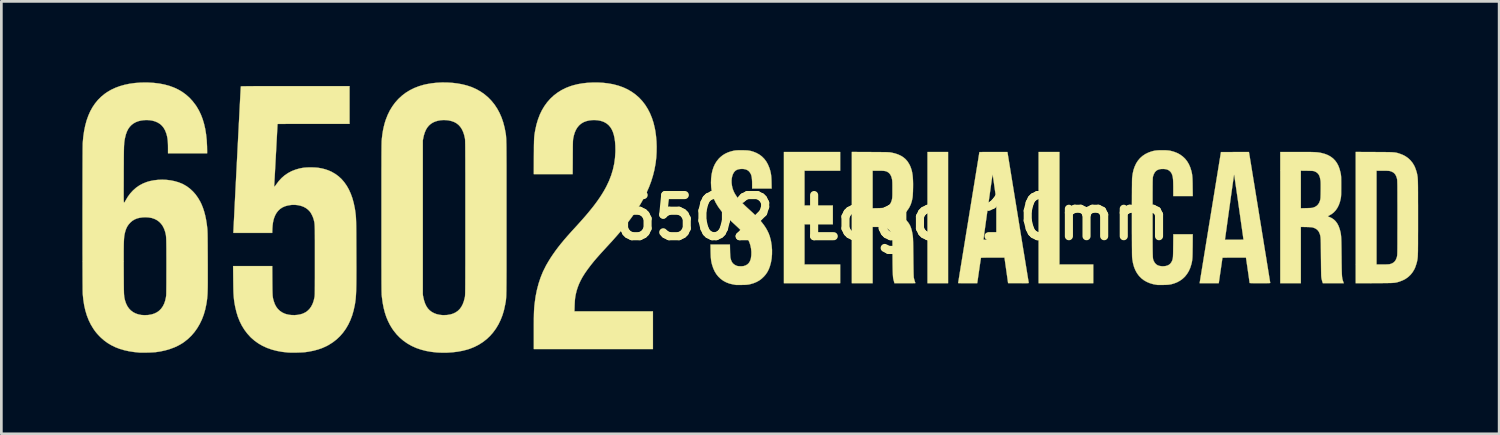
<source format=kicad_pcb>
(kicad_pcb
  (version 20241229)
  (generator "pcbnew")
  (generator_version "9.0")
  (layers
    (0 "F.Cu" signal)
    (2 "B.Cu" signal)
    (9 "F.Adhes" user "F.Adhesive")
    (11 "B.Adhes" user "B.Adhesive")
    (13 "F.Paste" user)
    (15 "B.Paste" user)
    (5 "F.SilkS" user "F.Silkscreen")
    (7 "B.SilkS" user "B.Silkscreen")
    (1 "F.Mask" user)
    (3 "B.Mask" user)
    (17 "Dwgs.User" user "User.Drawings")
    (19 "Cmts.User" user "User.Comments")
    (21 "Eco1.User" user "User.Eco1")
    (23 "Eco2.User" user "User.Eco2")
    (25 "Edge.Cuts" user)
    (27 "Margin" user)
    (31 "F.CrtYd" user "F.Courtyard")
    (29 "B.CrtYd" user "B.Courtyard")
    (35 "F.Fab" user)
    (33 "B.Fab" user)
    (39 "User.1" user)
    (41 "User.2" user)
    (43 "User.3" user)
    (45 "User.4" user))
  (footprint "6502 Logo 10mm"
    (layer "F.Cu")
    (at 30.003 5.008)
    (property "Reference" "6502 Logo 10mm" (at 0 0 0) (layer "F.SilkS") (effects (font (size 1.524 1.524) (thickness 0.3))))
    (attr through_hole)
    (fp_poly (pts (xy 2.057 2.43) (xy 1.295 2.43) (xy 1.295 -2.43) (xy 2.057 -2.43) (xy 2.057 2.43)) (stroke (width 0.01) (type solid)) (fill yes) (layer "F.SilkS"))
    (fp_poly (pts (xy 6.181 1.736) (xy 7.434 1.736) (xy 7.434 2.43) (xy 5.41 2.43) (xy 5.41 -2.43) (xy 6.181 -2.43) (xy 6.181 1.736)) (stroke (width 0.01) (type solid)) (fill yes) (layer "F.SilkS"))
    (fp_poly (pts (xy -1.939 -1.736) (xy -3.26 -1.736) (xy -3.26 -0.449) (xy -2.21 -0.449) (xy -2.21 0.246) (xy -3.26 0.246) (xy -3.26 1.736) (xy -1.939 1.736) (xy -1.939 2.43) (xy -4.022 2.43) (xy -4.022 -2.43) (xy -1.939 -2.43) (xy -1.939 -1.736)) (stroke (width 0.01) (type solid)) (fill yes) (layer "F.SilkS"))
    (fp_poly (pts (xy 4.648 -0.015) (xy 4.68 0.185) (xy 4.712 0.381) (xy 4.743 0.572) (xy 4.773 0.757) (xy 4.802 0.936) (xy 4.83 1.108) (xy 4.857 1.272) (xy 4.883 1.428) (xy 4.907 1.575) (xy 4.929 1.713) (xy 4.95 1.84) (xy 4.969 1.956) (xy 4.986 2.061) (xy 5.001 2.154) (xy 5.014 2.233) (xy 5.025 2.3) (xy 5.034 2.351) (xy 5.04 2.388) (xy 5.043 2.41) (xy 5.044 2.415) (xy 5.044 2.419) (xy 5.042 2.422) (xy 5.035 2.424) (xy 5.023 2.426) (xy 5.004 2.427) (xy 4.977 2.428) (xy 4.94 2.429) (xy 4.892 2.429) (xy 4.831 2.429) (xy 4.756 2.428) (xy 4.665 2.428) (xy 4.664 2.428) (xy 4.28 2.426) (xy 4.213 1.954) (xy 4.146 1.482) (xy 3.712 1.482) (xy 3.611 1.482) (xy 3.526 1.482) (xy 3.455 1.483) (xy 3.398 1.483) (xy 3.353 1.484) (xy 3.319 1.486) (xy 3.296 1.487) (xy 3.282 1.489) (xy 3.275 1.491) (xy 3.275 1.492) (xy 3.273 1.502) (xy 3.269 1.528) (xy 3.263 1.567) (xy 3.255 1.618) (xy 3.246 1.68) (xy 3.235 1.75) (xy 3.224 1.828) (xy 3.212 1.912) (xy 3.204 1.966) (xy 3.137 2.43) (xy 2.783 2.43) (xy 2.708 2.43) (xy 2.638 2.429) (xy 2.575 2.429) (xy 2.521 2.428) (xy 2.479 2.427) (xy 2.448 2.426) (xy 2.432 2.425) (xy 2.43 2.424) (xy 2.431 2.416) (xy 2.435 2.391) (xy 2.442 2.351) (xy 2.451 2.296) (xy 2.462 2.227) (xy 2.475 2.144) (xy 2.49 2.049) (xy 2.508 1.942) (xy 2.527 1.823) (xy 2.548 1.694) (xy 2.571 1.554) (xy 2.595 1.405) (xy 2.621 1.247) (xy 2.648 1.081) (xy 2.676 0.908) (xy 2.69 0.821) (xy 3.37 0.821) (xy 4.053 0.821) (xy 4.034 0.688) (xy 4.023 0.609) (xy 4.011 0.521) (xy 3.997 0.424) (xy 3.982 0.319) (xy 3.967 0.208) (xy 3.95 0.093) (xy 3.934 -0.027) (xy 3.916 -0.15) (xy 3.899 -0.274) (xy 3.881 -0.399) (xy 3.863 -0.523) (xy 3.846 -0.646) (xy 3.829 -0.766) (xy 3.812 -0.882) (xy 3.796 -0.993) (xy 3.781 -1.098) (xy 3.767 -1.196) (xy 3.755 -1.285) (xy 3.743 -1.365) (xy 3.733 -1.434) (xy 3.725 -1.491) (xy 3.718 -1.536) (xy 3.714 -1.566) (xy 3.712 -1.581) (xy 3.711 -1.583) (xy 3.704 -1.582) (xy 3.703 -1.581) (xy 3.701 -1.572) (xy 3.697 -1.547) (xy 3.691 -1.509) (xy 3.684 -1.456) (xy 3.674 -1.392) (xy 3.664 -1.317) (xy 3.651 -1.231) (xy 3.638 -1.138) (xy 3.624 -1.036) (xy 3.608 -0.928) (xy 3.593 -0.815) (xy 3.576 -0.698) (xy 3.559 -0.578) (xy 3.542 -0.456) (xy 3.525 -0.333) (xy 3.508 -0.211) (xy 3.491 -0.091) (xy 3.475 0.026) (xy 3.459 0.14) (xy 3.444 0.248) (xy 3.43 0.35) (xy 3.417 0.445) (xy 3.405 0.531) (xy 3.395 0.607) (xy 3.386 0.673) (xy 3.379 0.726) (xy 3.374 0.766) (xy 3.371 0.792) (xy 3.37 0.802) (xy 3.37 0.821) (xy 2.69 0.821) (xy 2.705 0.728) (xy 2.735 0.541) (xy 2.767 0.349) (xy 2.799 0.153) (xy 2.824 -0.001) (xy 2.856 -0.201) (xy 2.888 -0.396) (xy 2.919 -0.587) (xy 2.949 -0.772) (xy 2.978 -0.951) (xy 3.006 -1.122) (xy 3.033 -1.286) (xy 3.058 -1.442) (xy 3.082 -1.589) (xy 3.104 -1.726) (xy 3.125 -1.853) (xy 3.144 -1.969) (xy 3.161 -2.074) (xy 3.176 -2.166) (xy 3.188 -2.245) (xy 3.199 -2.311) (xy 3.207 -2.362) (xy 3.213 -2.399) (xy 3.217 -2.42) (xy 3.217 -2.425) (xy 3.226 -2.426) (xy 3.249 -2.427) (xy 3.287 -2.427) (xy 3.337 -2.428) (xy 3.399 -2.429) (xy 3.47 -2.429) (xy 3.549 -2.43) (xy 3.636 -2.43) (xy 3.727 -2.43) (xy 3.736 -2.43) (xy 4.255 -2.43) (xy 4.648 -0.015)) (stroke (width 0.01) (type solid)) (fill yes) (layer "F.SilkS"))
    (fp_poly (pts (xy 17.85 -2.428) (xy 17.979 -2.427) (xy 18.093 -2.426) (xy 18.192 -2.426) (xy 18.278 -2.425) (xy 18.353 -2.424) (xy 18.416 -2.423) (xy 18.471 -2.421) (xy 18.517 -2.419) (xy 18.557 -2.416) (xy 18.591 -2.413) (xy 18.621 -2.409) (xy 18.648 -2.405) (xy 18.673 -2.399) (xy 18.698 -2.393) (xy 18.723 -2.385) (xy 18.751 -2.377) (xy 18.771 -2.371) (xy 18.892 -2.325) (xy 19.002 -2.267) (xy 19.1 -2.197) (xy 19.187 -2.114) (xy 19.263 -2.019) (xy 19.326 -1.912) (xy 19.327 -1.909) (xy 19.347 -1.865) (xy 19.368 -1.81) (xy 19.389 -1.749) (xy 19.408 -1.689) (xy 19.422 -1.635) (xy 19.426 -1.617) (xy 19.43 -1.595) (xy 19.434 -1.574) (xy 19.438 -1.554) (xy 19.441 -1.533) (xy 19.444 -1.511) (xy 19.447 -1.487) (xy 19.449 -1.459) (xy 19.451 -1.428) (xy 19.453 -1.392) (xy 19.455 -1.351) (xy 19.456 -1.303) (xy 19.457 -1.248) (xy 19.458 -1.186) (xy 19.459 -1.114) (xy 19.459 -1.032) (xy 19.46 -0.941) (xy 19.46 -0.837) (xy 19.46 -0.722) (xy 19.46 -0.593) (xy 19.461 -0.451) (xy 19.461 -0.294) (xy 19.461 -0.121) (xy 19.461 0) (xy 19.461 0.183) (xy 19.461 0.35) (xy 19.461 0.502) (xy 19.46 0.64) (xy 19.46 0.764) (xy 19.46 0.875) (xy 19.46 0.974) (xy 19.459 1.062) (xy 19.458 1.14) (xy 19.458 1.209) (xy 19.457 1.269) (xy 19.455 1.321) (xy 19.454 1.366) (xy 19.452 1.405) (xy 19.451 1.44) (xy 19.448 1.469) (xy 19.446 1.495) (xy 19.443 1.519) (xy 19.44 1.541) (xy 19.437 1.561) (xy 19.433 1.582) (xy 19.429 1.603) (xy 19.426 1.617) (xy 19.414 1.668) (xy 19.396 1.727) (xy 19.376 1.788) (xy 19.355 1.846) (xy 19.334 1.895) (xy 19.327 1.909) (xy 19.264 2.016) (xy 19.189 2.112) (xy 19.102 2.195) (xy 19.004 2.266) (xy 18.894 2.324) (xy 18.774 2.37) (xy 18.771 2.371) (xy 18.741 2.38) (xy 18.714 2.388) (xy 18.689 2.395) (xy 18.664 2.401) (xy 18.638 2.406) (xy 18.61 2.411) (xy 18.579 2.414) (xy 18.543 2.417) (xy 18.501 2.42) (xy 18.452 2.422) (xy 18.395 2.423) (xy 18.327 2.424) (xy 18.249 2.425) (xy 18.158 2.426) (xy 18.054 2.427) (xy 17.935 2.427) (xy 17.85 2.428) (xy 17.153 2.431) (xy 17.153 -1.736) (xy 17.924 -1.736) (xy 17.924 1.736) (xy 18.149 1.736) (xy 18.223 1.735) (xy 18.282 1.735) (xy 18.329 1.733) (xy 18.366 1.731) (xy 18.394 1.728) (xy 18.416 1.725) (xy 18.426 1.722) (xy 18.497 1.698) (xy 18.555 1.663) (xy 18.603 1.618) (xy 18.64 1.561) (xy 18.669 1.49) (xy 18.684 1.435) (xy 18.686 1.425) (xy 18.687 1.414) (xy 18.689 1.401) (xy 18.69 1.386) (xy 18.692 1.366) (xy 18.693 1.342) (xy 18.694 1.313) (xy 18.695 1.278) (xy 18.696 1.236) (xy 18.696 1.186) (xy 18.697 1.127) (xy 18.697 1.059) (xy 18.698 0.982) (xy 18.698 0.893) (xy 18.698 0.792) (xy 18.698 0.679) (xy 18.698 0.553) (xy 18.699 0.413) (xy 18.699 0.257) (xy 18.699 0.086) (xy 18.699 0) (xy 18.699 -0.179) (xy 18.699 -0.342) (xy 18.699 -0.489) (xy 18.698 -0.622) (xy 18.698 -0.741) (xy 18.698 -0.847) (xy 18.698 -0.941) (xy 18.697 -1.024) (xy 18.697 -1.097) (xy 18.697 -1.159) (xy 18.696 -1.213) (xy 18.695 -1.259) (xy 18.694 -1.297) (xy 18.693 -1.329) (xy 18.692 -1.356) (xy 18.691 -1.377) (xy 18.69 -1.394) (xy 18.688 -1.409) (xy 18.686 -1.42) (xy 18.685 -1.43) (xy 18.684 -1.435) (xy 18.66 -1.515) (xy 18.629 -1.581) (xy 18.588 -1.635) (xy 18.537 -1.676) (xy 18.474 -1.707) (xy 18.426 -1.722) (xy 18.405 -1.727) (xy 18.38 -1.73) (xy 18.348 -1.732) (xy 18.307 -1.734) (xy 18.254 -1.735) (xy 18.187 -1.736) (xy 18.149 -1.736) (xy 17.924 -1.736) (xy 17.153 -1.736) (xy 17.153 -2.431) (xy 17.85 -2.428)) (stroke (width 0.01) (type solid)) (fill yes) (layer "F.SilkS"))
    (fp_poly (pts (xy -0.819 -2.428) (xy -0.695 -2.427) (xy -0.586 -2.426) (xy -0.491 -2.426) (xy -0.41 -2.425) (xy -0.341 -2.424) (xy -0.283 -2.424) (xy -0.234 -2.423) (xy -0.193 -2.422) (xy -0.159 -2.42) (xy -0.131 -2.419) (xy -0.108 -2.417) (xy -0.088 -2.415) (xy -0.07 -2.412) (xy -0.053 -2.409) (xy -0.038 -2.406) (xy 0.093 -2.376) (xy 0.211 -2.336) (xy 0.315 -2.287) (xy 0.407 -2.228) (xy 0.487 -2.159) (xy 0.556 -2.079) (xy 0.614 -1.987) (xy 0.631 -1.956) (xy 0.663 -1.887) (xy 0.689 -1.815) (xy 0.712 -1.741) (xy 0.729 -1.66) (xy 0.743 -1.573) (xy 0.752 -1.476) (xy 0.758 -1.368) (xy 0.761 -1.248) (xy 0.76 -1.114) (xy 0.759 -1.08) (xy 0.757 -0.976) (xy 0.753 -0.888) (xy 0.749 -0.816) (xy 0.744 -0.761) (xy 0.741 -0.738) (xy 0.714 -0.61) (xy 0.677 -0.493) (xy 0.628 -0.388) (xy 0.569 -0.294) (xy 0.5 -0.213) (xy 0.422 -0.144) (xy 0.334 -0.09) (xy 0.315 -0.081) (xy 0.283 -0.065) (xy 0.267 -0.053) (xy 0.265 -0.044) (xy 0.277 -0.037) (xy 0.282 -0.036) (xy 0.297 -0.03) (xy 0.323 -0.018) (xy 0.356 -0.003) (xy 0.377 0.007) (xy 0.419 0.03) (xy 0.455 0.054) (xy 0.49 0.083) (xy 0.521 0.114) (xy 0.573 0.171) (xy 0.617 0.235) (xy 0.655 0.306) (xy 0.686 0.386) (xy 0.713 0.477) (xy 0.734 0.581) (xy 0.751 0.685) (xy 0.753 0.708) (xy 0.755 0.735) (xy 0.758 0.768) (xy 0.759 0.808) (xy 0.761 0.857) (xy 0.763 0.916) (xy 0.764 0.985) (xy 0.766 1.066) (xy 0.767 1.16) (xy 0.768 1.267) (xy 0.77 1.39) (xy 0.771 1.477) (xy 0.772 1.588) (xy 0.773 1.694) (xy 0.775 1.794) (xy 0.776 1.886) (xy 0.778 1.97) (xy 0.779 2.043) (xy 0.781 2.106) (xy 0.783 2.155) (xy 0.784 2.191) (xy 0.785 2.211) (xy 0.786 2.214) (xy 0.797 2.265) (xy 0.81 2.315) (xy 0.823 2.359) (xy 0.834 2.39) (xy 0.842 2.411) (xy 0.846 2.424) (xy 0.847 2.425) (xy 0.838 2.426) (xy 0.815 2.427) (xy 0.778 2.428) (xy 0.729 2.429) (xy 0.67 2.429) (xy 0.602 2.43) (xy 0.528 2.43) (xy 0.459 2.43) (xy 0.071 2.43) (xy 0.053 2.36) (xy 0.042 2.321) (xy 0.033 2.283) (xy 0.026 2.252) (xy 0.025 2.248) (xy 0.021 2.219) (xy 0.017 2.174) (xy 0.013 2.114) (xy 0.01 2.039) (xy 0.007 1.951) (xy 0.005 1.849) (xy 0.003 1.735) (xy 0.002 1.61) (xy 0.001 1.474) (xy 0.000334 1.329) (xy 0.000291 1.291) (xy 0.000132 1.178) (xy -0.000229 1.079) (xy -0.001 0.995) (xy -0.002 0.923) (xy -0.003 0.863) (xy -0.006 0.811) (xy -0.008 0.768) (xy -0.012 0.731) (xy -0.016 0.7) (xy -0.021 0.671) (xy -0.028 0.645) (xy -0.035 0.62) (xy -0.042 0.597) (xy -0.073 0.527) (xy -0.116 0.469) (xy -0.171 0.422) (xy -0.238 0.387) (xy -0.317 0.364) (xy -0.359 0.356) (xy -0.39 0.353) (xy -0.433 0.351) (xy -0.484 0.349) (xy -0.539 0.347) (xy -0.581 0.347) (xy -0.737 0.347) (xy -0.737 2.43) (xy -1.507 2.43) (xy -1.507 -1.736) (xy -0.737 -1.736) (xy -0.737 -0.345) (xy -0.54 -0.349) (xy -0.466 -0.351) (xy -0.408 -0.354) (xy -0.362 -0.357) (xy -0.327 -0.361) (xy -0.3 -0.366) (xy -0.293 -0.368) (xy -0.218 -0.395) (xy -0.155 -0.435) (xy -0.104 -0.485) (xy -0.063 -0.549) (xy -0.033 -0.625) (xy -0.02 -0.677) (xy -0.016 -0.699) (xy -0.012 -0.722) (xy -0.01 -0.748) (xy -0.008 -0.78) (xy -0.006 -0.819) (xy -0.005 -0.867) (xy -0.005 -0.927) (xy -0.005 -1.001) (xy -0.005 -1.05) (xy -0.005 -1.133) (xy -0.005 -1.201) (xy -0.006 -1.257) (xy -0.007 -1.302) (xy -0.009 -1.339) (xy -0.011 -1.369) (xy -0.014 -1.394) (xy -0.018 -1.418) (xy -0.02 -1.427) (xy -0.042 -1.51) (xy -0.074 -1.58) (xy -0.114 -1.635) (xy -0.165 -1.678) (xy -0.198 -1.697) (xy -0.223 -1.709) (xy -0.25 -1.718) (xy -0.279 -1.724) (xy -0.315 -1.729) (xy -0.358 -1.733) (xy -0.412 -1.735) (xy -0.478 -1.736) (xy -0.535 -1.736) (xy -0.737 -1.736) (xy -1.507 -1.736) (xy -1.507 -2.431) (xy -0.819 -2.428)) (stroke (width 0.01) (type solid)) (fill yes) (layer "F.SilkS"))
    (fp_poly (pts (xy -10.728 -4.992) (xy -10.542 -4.971) (xy -10.363 -4.94) (xy -10.327 -4.932) (xy -10.144 -4.883) (xy -9.971 -4.821) (xy -9.809 -4.746) (xy -9.657 -4.657) (xy -9.517 -4.556) (xy -9.387 -4.443) (xy -9.269 -4.317) (xy -9.162 -4.179) (xy -9.067 -4.028) (xy -8.983 -3.866) (xy -8.911 -3.692) (xy -8.851 -3.507) (xy -8.804 -3.31) (xy -8.784 -3.205) (xy -8.759 -3.021) (xy -8.742 -2.826) (xy -8.735 -2.627) (xy -8.738 -2.426) (xy -8.749 -2.229) (xy -8.77 -2.04) (xy -8.78 -1.978) (xy -8.82 -1.763) (xy -8.873 -1.552) (xy -8.938 -1.342) (xy -9.016 -1.134) (xy -9.107 -0.927) (xy -9.212 -0.718) (xy -9.331 -0.507) (xy -9.466 -0.293) (xy -9.615 -0.075) (xy -9.671 0.003) (xy -9.757 0.119) (xy -9.845 0.233) (xy -9.937 0.349) (xy -10.034 0.466) (xy -10.137 0.588) (xy -10.248 0.715) (xy -10.367 0.849) (xy -10.498 0.992) (xy -10.567 1.067) (xy -10.662 1.17) (xy -10.746 1.262) (xy -10.822 1.346) (xy -10.889 1.421) (xy -10.951 1.491) (xy -11.007 1.557) (xy -11.06 1.619) (xy -11.11 1.681) (xy -11.159 1.742) (xy -11.197 1.791) (xy -11.305 1.935) (xy -11.4 2.072) (xy -11.482 2.203) (xy -11.551 2.331) (xy -11.61 2.457) (xy -11.659 2.583) (xy -11.699 2.71) (xy -11.731 2.841) (xy -11.734 2.857) (xy -11.745 2.917) (xy -11.754 2.976) (xy -11.761 3.037) (xy -11.766 3.105) (xy -11.77 3.183) (xy -11.774 3.273) (xy -11.774 3.287) (xy -11.78 3.471) (xy -8.873 3.471) (xy -8.873 4.868) (xy -13.284 4.868) (xy -13.284 4.21) (xy -13.284 4.074) (xy -13.284 3.952) (xy -13.283 3.845) (xy -13.283 3.751) (xy -13.281 3.667) (xy -13.28 3.592) (xy -13.278 3.526) (xy -13.276 3.466) (xy -13.273 3.411) (xy -13.27 3.359) (xy -13.266 3.309) (xy -13.262 3.26) (xy -13.256 3.21) (xy -13.254 3.188) (xy -13.219 2.93) (xy -13.17 2.682) (xy -13.108 2.446) (xy -13.033 2.219) (xy -12.945 2.003) (xy -12.843 1.798) (xy -12.823 1.76) (xy -12.746 1.628) (xy -12.666 1.498) (xy -12.579 1.368) (xy -12.486 1.236) (xy -12.386 1.102) (xy -12.277 0.964) (xy -12.158 0.821) (xy -12.028 0.671) (xy -11.887 0.513) (xy -11.785 0.402) (xy -11.629 0.231) (xy -11.484 0.069) (xy -11.351 -0.083) (xy -11.23 -0.228) (xy -11.118 -0.366) (xy -11.016 -0.498) (xy -10.923 -0.625) (xy -10.838 -0.748) (xy -10.76 -0.868) (xy -10.689 -0.985) (xy -10.624 -1.101) (xy -10.595 -1.156) (xy -10.498 -1.361) (xy -10.418 -1.568) (xy -10.354 -1.779) (xy -10.307 -1.992) (xy -10.277 -2.209) (xy -10.263 -2.428) (xy -10.262 -2.502) (xy -10.265 -2.665) (xy -10.276 -2.814) (xy -10.295 -2.948) (xy -10.322 -3.068) (xy -10.357 -3.176) (xy -10.4 -3.27) (xy -10.452 -3.352) (xy -10.512 -3.422) (xy -10.582 -3.481) (xy -10.66 -3.528) (xy -10.719 -3.555) (xy -10.814 -3.585) (xy -10.916 -3.604) (xy -11.023 -3.612) (xy -11.131 -3.61) (xy -11.237 -3.597) (xy -11.337 -3.573) (xy -11.428 -3.539) (xy -11.456 -3.525) (xy -11.539 -3.474) (xy -11.611 -3.41) (xy -11.673 -3.335) (xy -11.726 -3.247) (xy -11.77 -3.145) (xy -11.804 -3.03) (xy -11.821 -2.951) (xy -11.825 -2.932) (xy -11.828 -2.914) (xy -11.83 -2.895) (xy -11.832 -2.873) (xy -11.834 -2.847) (xy -11.836 -2.816) (xy -11.837 -2.779) (xy -11.838 -2.734) (xy -11.839 -2.68) (xy -11.84 -2.615) (xy -11.84 -2.539) (xy -11.841 -2.45) (xy -11.842 -2.346) (xy -11.842 -2.233) (xy -11.846 -1.609) (xy -13.285 -1.609) (xy -13.282 -2.263) (xy -13.281 -2.389) (xy -13.28 -2.501) (xy -13.28 -2.598) (xy -13.279 -2.683) (xy -13.277 -2.757) (xy -13.276 -2.821) (xy -13.274 -2.877) (xy -13.272 -2.927) (xy -13.269 -2.971) (xy -13.265 -3.013) (xy -13.261 -3.051) (xy -13.256 -3.09) (xy -13.25 -3.129) (xy -13.243 -3.17) (xy -13.235 -3.216) (xy -13.229 -3.247) (xy -13.186 -3.446) (xy -13.13 -3.633) (xy -13.063 -3.81) (xy -12.983 -3.976) (xy -12.891 -4.13) (xy -12.788 -4.272) (xy -12.673 -4.402) (xy -12.547 -4.52) (xy -12.41 -4.625) (xy -12.262 -4.718) (xy -12.104 -4.798) (xy -11.935 -4.864) (xy -11.83 -4.897) (xy -11.663 -4.939) (xy -11.485 -4.97) (xy -11.3 -4.991) (xy -11.11 -5.001) (xy -10.918 -5.002) (xy -10.728 -4.992)) (stroke (width 0.01) (type solid)) (fill yes) (layer "F.SilkS"))
    (fp_poly (pts (xy -5.584 -2.493) (xy -5.501 -2.492) (xy -5.432 -2.49) (xy -5.373 -2.487) (xy -5.321 -2.481) (xy -5.273 -2.472) (xy -5.225 -2.461) (xy -5.175 -2.446) (xy -5.16 -2.442) (xy -5.042 -2.395) (xy -4.935 -2.336) (xy -4.838 -2.264) (xy -4.753 -2.179) (xy -4.678 -2.081) (xy -4.616 -1.971) (xy -4.565 -1.849) (xy -4.555 -1.822) (xy -4.535 -1.758) (xy -4.519 -1.697) (xy -4.507 -1.638) (xy -4.497 -1.576) (xy -4.49 -1.509) (xy -4.485 -1.433) (xy -4.482 -1.344) (xy -4.481 -1.298) (xy -4.477 -1.075) (xy -5.199 -1.075) (xy -5.199 -1.238) (xy -5.2 -1.335) (xy -5.205 -1.416) (xy -5.213 -1.485) (xy -5.224 -1.543) (xy -5.239 -1.592) (xy -5.249 -1.614) (xy -5.286 -1.677) (xy -5.331 -1.727) (xy -5.386 -1.764) (xy -5.452 -1.789) (xy -5.528 -1.801) (xy -5.602 -1.802) (xy -5.67 -1.796) (xy -5.725 -1.784) (xy -5.772 -1.765) (xy -5.814 -1.738) (xy -5.833 -1.722) (xy -5.875 -1.673) (xy -5.909 -1.612) (xy -5.935 -1.539) (xy -5.953 -1.458) (xy -5.961 -1.371) (xy -5.959 -1.279) (xy -5.948 -1.192) (xy -5.933 -1.118) (xy -5.912 -1.047) (xy -5.885 -0.977) (xy -5.852 -0.908) (xy -5.811 -0.839) (xy -5.762 -0.767) (xy -5.703 -0.693) (xy -5.634 -0.615) (xy -5.555 -0.531) (xy -5.463 -0.441) (xy -5.359 -0.344) (xy -5.283 -0.275) (xy -5.151 -0.154) (xy -5.034 -0.038) (xy -4.93 0.072) (xy -4.839 0.178) (xy -4.76 0.281) (xy -4.692 0.383) (xy -4.635 0.484) (xy -4.587 0.586) (xy -4.549 0.69) (xy -4.518 0.797) (xy -4.501 0.872) (xy -4.476 1.033) (xy -4.463 1.195) (xy -4.464 1.356) (xy -4.477 1.513) (xy -4.503 1.663) (xy -4.542 1.805) (xy -4.544 1.811) (xy -4.585 1.918) (xy -4.633 2.012) (xy -4.691 2.099) (xy -4.762 2.182) (xy -4.763 2.183) (xy -4.846 2.262) (xy -4.936 2.329) (xy -5.035 2.384) (xy -5.144 2.429) (xy -5.265 2.464) (xy -5.309 2.474) (xy -5.342 2.48) (xy -5.377 2.484) (xy -5.417 2.488) (xy -5.466 2.491) (xy -5.527 2.492) (xy -5.584 2.493) (xy -5.641 2.494) (xy -5.693 2.494) (xy -5.738 2.494) (xy -5.772 2.494) (xy -5.794 2.493) (xy -5.8 2.493) (xy -5.817 2.49) (xy -5.846 2.485) (xy -5.882 2.478) (xy -5.901 2.475) (xy -6.03 2.446) (xy -6.149 2.402) (xy -6.258 2.345) (xy -6.357 2.275) (xy -6.445 2.192) (xy -6.522 2.097) (xy -6.588 1.989) (xy -6.642 1.868) (xy -6.684 1.74) (xy -6.698 1.686) (xy -6.709 1.633) (xy -6.718 1.58) (xy -6.724 1.522) (xy -6.73 1.458) (xy -6.733 1.384) (xy -6.736 1.297) (xy -6.737 1.242) (xy -6.741 0.999) (xy -6.022 0.999) (xy -6.017 1.226) (xy -6.015 1.316) (xy -6.011 1.39) (xy -6.007 1.447) (xy -6.003 1.488) (xy -6 1.503) (xy -5.978 1.578) (xy -5.951 1.639) (xy -5.917 1.689) (xy -5.873 1.729) (xy -5.819 1.763) (xy -5.8 1.772) (xy -5.773 1.784) (xy -5.748 1.792) (xy -5.72 1.797) (xy -5.685 1.8) (xy -5.653 1.802) (xy -5.597 1.803) (xy -5.549 1.8) (xy -5.513 1.795) (xy -5.439 1.771) (xy -5.376 1.734) (xy -5.324 1.685) (xy -5.284 1.623) (xy -5.255 1.549) (xy -5.245 1.51) (xy -5.229 1.393) (xy -5.227 1.273) (xy -5.238 1.151) (xy -5.262 1.032) (xy -5.299 0.919) (xy -5.343 0.822) (xy -5.394 0.739) (xy -5.459 0.65) (xy -5.539 0.555) (xy -5.632 0.455) (xy -5.738 0.352) (xy -5.779 0.314) (xy -5.881 0.22) (xy -5.971 0.136) (xy -6.051 0.06) (xy -6.122 -0.009) (xy -6.184 -0.072) (xy -6.239 -0.13) (xy -6.289 -0.185) (xy -6.334 -0.238) (xy -6.376 -0.291) (xy -6.415 -0.344) (xy -6.454 -0.399) (xy -6.47 -0.423) (xy -6.549 -0.555) (xy -6.613 -0.691) (xy -6.662 -0.832) (xy -6.696 -0.98) (xy -6.716 -1.136) (xy -6.723 -1.293) (xy -6.717 -1.454) (xy -6.699 -1.603) (xy -6.67 -1.74) (xy -6.629 -1.866) (xy -6.576 -1.982) (xy -6.511 -2.087) (xy -6.434 -2.182) (xy -6.373 -2.241) (xy -6.289 -2.309) (xy -6.197 -2.366) (xy -6.096 -2.413) (xy -5.983 -2.451) (xy -5.868 -2.479) (xy -5.84 -2.484) (xy -5.809 -2.487) (xy -5.773 -2.49) (xy -5.729 -2.492) (xy -5.674 -2.493) (xy -5.606 -2.493) (xy -5.584 -2.493)) (stroke (width 0.01) (type solid)) (fill yes) (layer "F.SilkS"))
    (fp_poly (pts (xy 15.119 -2.43) (xy 15.233 -2.43) (xy 15.333 -2.429) (xy 15.42 -2.429) (xy 15.496 -2.428) (xy 15.561 -2.426) (xy 15.617 -2.424) (xy 15.666 -2.422) (xy 15.709 -2.419) (xy 15.746 -2.416) (xy 15.781 -2.411) (xy 15.813 -2.406) (xy 15.844 -2.401) (xy 15.875 -2.394) (xy 15.89 -2.391) (xy 16.015 -2.357) (xy 16.128 -2.312) (xy 16.227 -2.257) (xy 16.315 -2.19) (xy 16.391 -2.112) (xy 16.456 -2.022) (xy 16.511 -1.919) (xy 16.555 -1.802) (xy 16.589 -1.673) (xy 16.597 -1.635) (xy 16.602 -1.61) (xy 16.605 -1.587) (xy 16.608 -1.563) (xy 16.611 -1.537) (xy 16.613 -1.507) (xy 16.614 -1.471) (xy 16.615 -1.426) (xy 16.615 -1.372) (xy 16.616 -1.306) (xy 16.616 -1.225) (xy 16.616 -1.168) (xy 16.616 -1.077) (xy 16.615 -1) (xy 16.615 -0.937) (xy 16.614 -0.885) (xy 16.613 -0.843) (xy 16.611 -0.808) (xy 16.609 -0.779) (xy 16.606 -0.754) (xy 16.603 -0.731) (xy 16.6 -0.715) (xy 16.57 -0.586) (xy 16.529 -0.469) (xy 16.477 -0.364) (xy 16.415 -0.273) (xy 16.343 -0.195) (xy 16.261 -0.13) (xy 16.186 -0.087) (xy 16.157 -0.072) (xy 16.135 -0.059) (xy 16.124 -0.05) (xy 16.123 -0.048) (xy 16.132 -0.041) (xy 16.152 -0.031) (xy 16.176 -0.022) (xy 16.264 0.018) (xy 16.342 0.071) (xy 16.411 0.138) (xy 16.469 0.217) (xy 16.518 0.31) (xy 16.557 0.418) (xy 16.569 0.459) (xy 16.578 0.493) (xy 16.586 0.525) (xy 16.593 0.555) (xy 16.599 0.586) (xy 16.604 0.619) (xy 16.608 0.654) (xy 16.612 0.693) (xy 16.615 0.738) (xy 16.618 0.79) (xy 16.62 0.85) (xy 16.622 0.919) (xy 16.623 0.998) (xy 16.625 1.09) (xy 16.626 1.194) (xy 16.627 1.313) (xy 16.629 1.435) (xy 16.63 1.569) (xy 16.631 1.687) (xy 16.633 1.791) (xy 16.634 1.882) (xy 16.636 1.96) (xy 16.638 2.028) (xy 16.64 2.086) (xy 16.643 2.135) (xy 16.646 2.178) (xy 16.65 2.214) (xy 16.655 2.246) (xy 16.66 2.274) (xy 16.667 2.3) (xy 16.674 2.325) (xy 16.682 2.35) (xy 16.691 2.374) (xy 16.711 2.43) (xy 15.936 2.43) (xy 15.922 2.388) (xy 15.913 2.36) (xy 15.903 2.322) (xy 15.893 2.281) (xy 15.89 2.267) (xy 15.887 2.252) (xy 15.884 2.238) (xy 15.882 2.221) (xy 15.88 2.202) (xy 15.878 2.179) (xy 15.876 2.151) (xy 15.875 2.116) (xy 15.874 2.075) (xy 15.873 2.024) (xy 15.872 1.964) (xy 15.871 1.893) (xy 15.87 1.81) (xy 15.869 1.713) (xy 15.868 1.601) (xy 15.866 1.474) (xy 15.866 1.473) (xy 15.865 1.342) (xy 15.864 1.228) (xy 15.863 1.127) (xy 15.862 1.04) (xy 15.861 0.965) (xy 15.859 0.901) (xy 15.858 0.847) (xy 15.856 0.801) (xy 15.853 0.763) (xy 15.851 0.731) (xy 15.847 0.704) (xy 15.843 0.681) (xy 15.839 0.66) (xy 15.834 0.641) (xy 15.828 0.622) (xy 15.821 0.602) (xy 15.82 0.597) (xy 15.789 0.528) (xy 15.749 0.472) (xy 15.697 0.426) (xy 15.633 0.391) (xy 15.566 0.367) (xy 15.543 0.362) (xy 15.514 0.358) (xy 15.475 0.355) (xy 15.426 0.352) (xy 15.364 0.35) (xy 15.318 0.349) (xy 15.121 0.345) (xy 15.121 2.43) (xy 14.359 2.43) (xy 14.359 -0.345) (xy 15.121 -0.345) (xy 15.323 -0.35) (xy 15.403 -0.352) (xy 15.467 -0.355) (xy 15.516 -0.358) (xy 15.55 -0.363) (xy 15.566 -0.366) (xy 15.643 -0.395) (xy 15.707 -0.434) (xy 15.759 -0.485) (xy 15.799 -0.547) (xy 15.829 -0.623) (xy 15.834 -0.64) (xy 15.839 -0.659) (xy 15.843 -0.678) (xy 15.846 -0.699) (xy 15.849 -0.725) (xy 15.851 -0.756) (xy 15.852 -0.795) (xy 15.854 -0.845) (xy 15.855 -0.907) (xy 15.856 -0.983) (xy 15.856 -1.009) (xy 15.857 -1.095) (xy 15.857 -1.166) (xy 15.857 -1.224) (xy 15.856 -1.271) (xy 15.855 -1.31) (xy 15.853 -1.343) (xy 15.85 -1.372) (xy 15.846 -1.396) (xy 15.829 -1.479) (xy 15.807 -1.547) (xy 15.777 -1.602) (xy 15.738 -1.647) (xy 15.69 -1.683) (xy 15.631 -1.712) (xy 15.631 -1.712) (xy 15.615 -1.717) (xy 15.6 -1.722) (xy 15.582 -1.725) (xy 15.56 -1.728) (xy 15.53 -1.73) (xy 15.491 -1.731) (xy 15.441 -1.733) (xy 15.377 -1.734) (xy 15.352 -1.734) (xy 15.121 -1.737) (xy 15.121 -0.345) (xy 14.359 -0.345) (xy 14.359 -2.43) (xy 14.989 -2.43) (xy 15.119 -2.43)) (stroke (width 0.01) (type solid)) (fill yes) (layer "F.SilkS"))
    (fp_poly (pts (xy 13.203 -2.407) (xy 13.205 -2.396) (xy 13.209 -2.369) (xy 13.216 -2.327) (xy 13.226 -2.27) (xy 13.237 -2.201) (xy 13.25 -2.119) (xy 13.266 -2.025) (xy 13.283 -1.92) (xy 13.302 -1.805) (xy 13.322 -1.68) (xy 13.344 -1.547) (xy 13.366 -1.407) (xy 13.391 -1.259) (xy 13.416 -1.105) (xy 13.441 -0.946) (xy 13.468 -0.783) (xy 13.495 -0.616) (xy 13.523 -0.445) (xy 13.551 -0.273) (xy 13.579 -0.099) (xy 13.607 0.075) (xy 13.636 0.248) (xy 13.664 0.421) (xy 13.691 0.592) (xy 13.719 0.76) (xy 13.745 0.924) (xy 13.771 1.084) (xy 13.796 1.239) (xy 13.821 1.388) (xy 13.844 1.53) (xy 13.865 1.665) (xy 13.886 1.791) (xy 13.905 1.908) (xy 13.922 2.016) (xy 13.938 2.112) (xy 13.951 2.197) (xy 13.963 2.269) (xy 13.973 2.328) (xy 13.98 2.373) (xy 13.985 2.403) (xy 13.987 2.418) (xy 13.987 2.419) (xy 13.984 2.422) (xy 13.973 2.424) (xy 13.953 2.426) (xy 13.923 2.427) (xy 13.882 2.428) (xy 13.829 2.429) (xy 13.762 2.43) (xy 13.68 2.43) (xy 13.606 2.43) (xy 13.52 2.43) (xy 13.443 2.429) (xy 13.375 2.429) (xy 13.319 2.427) (xy 13.274 2.426) (xy 13.243 2.425) (xy 13.227 2.423) (xy 13.225 2.422) (xy 13.224 2.413) (xy 13.22 2.388) (xy 13.215 2.351) (xy 13.208 2.302) (xy 13.2 2.244) (xy 13.191 2.179) (xy 13.181 2.109) (xy 13.17 2.034) (xy 13.159 1.959) (xy 13.148 1.883) (xy 13.138 1.809) (xy 13.127 1.739) (xy 13.118 1.675) (xy 13.11 1.619) (xy 13.103 1.572) (xy 13.098 1.537) (xy 13.094 1.514) (xy 13.093 1.509) (xy 13.089 1.482) (xy 12.653 1.482) (xy 12.549 1.482) (xy 12.458 1.482) (xy 12.381 1.483) (xy 12.317 1.484) (xy 12.269 1.485) (xy 12.236 1.487) (xy 12.22 1.489) (xy 12.217 1.49) (xy 12.216 1.5) (xy 12.213 1.524) (xy 12.207 1.563) (xy 12.2 1.614) (xy 12.191 1.675) (xy 12.181 1.745) (xy 12.17 1.823) (xy 12.158 1.907) (xy 12.15 1.962) (xy 12.137 2.048) (xy 12.125 2.129) (xy 12.114 2.204) (xy 12.105 2.27) (xy 12.096 2.327) (xy 12.09 2.373) (xy 12.085 2.405) (xy 12.082 2.424) (xy 12.082 2.428) (xy 12.074 2.428) (xy 12.05 2.429) (xy 12.014 2.429) (xy 11.965 2.429) (xy 11.907 2.43) (xy 11.84 2.43) (xy 11.767 2.43) (xy 11.728 2.43) (xy 11.374 2.43) (xy 11.377 2.407) (xy 11.379 2.396) (xy 11.383 2.37) (xy 11.39 2.329) (xy 11.399 2.272) (xy 11.41 2.202) (xy 11.424 2.118) (xy 11.44 2.022) (xy 11.457 1.913) (xy 11.477 1.793) (xy 11.498 1.663) (xy 11.521 1.522) (xy 11.545 1.372) (xy 11.571 1.214) (xy 11.598 1.047) (xy 11.626 0.873) (xy 11.635 0.821) (xy 12.309 0.821) (xy 12.652 0.821) (xy 12.727 0.821) (xy 12.796 0.821) (xy 12.857 0.82) (xy 12.91 0.819) (xy 12.951 0.818) (xy 12.98 0.817) (xy 12.995 0.815) (xy 12.996 0.815) (xy 12.995 0.804) (xy 12.992 0.778) (xy 12.986 0.738) (xy 12.979 0.685) (xy 12.97 0.619) (xy 12.959 0.543) (xy 12.947 0.456) (xy 12.933 0.362) (xy 12.919 0.259) (xy 12.903 0.151) (xy 12.887 0.037) (xy 12.871 -0.08) (xy 12.853 -0.201) (xy 12.836 -0.323) (xy 12.818 -0.446) (xy 12.801 -0.568) (xy 12.784 -0.689) (xy 12.767 -0.806) (xy 12.75 -0.92) (xy 12.735 -1.028) (xy 12.72 -1.13) (xy 12.706 -1.225) (xy 12.694 -1.311) (xy 12.683 -1.387) (xy 12.673 -1.452) (xy 12.666 -1.506) (xy 12.66 -1.546) (xy 12.656 -1.571) (xy 12.654 -1.581) (xy 12.654 -1.582) (xy 12.646 -1.583) (xy 12.646 -1.583) (xy 12.644 -1.574) (xy 12.641 -1.549) (xy 12.635 -1.51) (xy 12.627 -1.457) (xy 12.618 -1.391) (xy 12.607 -1.312) (xy 12.594 -1.223) (xy 12.58 -1.124) (xy 12.565 -1.015) (xy 12.549 -0.898) (xy 12.531 -0.775) (xy 12.513 -0.644) (xy 12.495 -0.509) (xy 12.48 -0.406) (xy 12.461 -0.267) (xy 12.442 -0.132) (xy 12.424 -0.002) (xy 12.407 0.121) (xy 12.391 0.237) (xy 12.376 0.345) (xy 12.363 0.444) (xy 12.35 0.532) (xy 12.339 0.61) (xy 12.33 0.675) (xy 12.323 0.727) (xy 12.318 0.765) (xy 12.314 0.787) (xy 12.313 0.794) (xy 12.309 0.821) (xy 11.635 0.821) (xy 11.656 0.692) (xy 11.686 0.505) (xy 11.717 0.313) (xy 11.749 0.117) (xy 11.772 -0.021) (xy 12.163 -2.426) (xy 12.681 -2.428) (xy 13.198 -2.43) (xy 13.203 -2.407)) (stroke (width 0.01) (type solid)) (fill yes) (layer "F.SilkS"))
    (fp_poly (pts (xy 10.093 -2.493) (xy 10.161 -2.49) (xy 10.22 -2.485) (xy 10.266 -2.479) (xy 10.274 -2.478) (xy 10.409 -2.443) (xy 10.532 -2.396) (xy 10.644 -2.337) (xy 10.744 -2.265) (xy 10.833 -2.182) (xy 10.909 -2.086) (xy 10.974 -1.978) (xy 11.026 -1.859) (xy 11.066 -1.731) (xy 11.076 -1.689) (xy 11.085 -1.649) (xy 11.092 -1.609) (xy 11.098 -1.568) (xy 11.102 -1.524) (xy 11.106 -1.474) (xy 11.109 -1.415) (xy 11.111 -1.347) (xy 11.113 -1.267) (xy 11.114 -1.172) (xy 11.114 -1.145) (xy 11.119 -0.796) (xy 10.397 -0.796) (xy 10.397 -1.06) (xy 10.397 -1.131) (xy 10.396 -1.201) (xy 10.395 -1.268) (xy 10.393 -1.328) (xy 10.391 -1.377) (xy 10.389 -1.414) (xy 10.388 -1.42) (xy 10.377 -1.508) (xy 10.357 -1.583) (xy 10.33 -1.645) (xy 10.294 -1.696) (xy 10.249 -1.737) (xy 10.208 -1.763) (xy 10.164 -1.782) (xy 10.113 -1.794) (xy 10.05 -1.8) (xy 10.033 -1.801) (xy 9.946 -1.8) (xy 9.87 -1.786) (xy 9.806 -1.76) (xy 9.753 -1.722) (xy 9.709 -1.67) (xy 9.674 -1.604) (xy 9.647 -1.523) (xy 9.646 -1.52) (xy 9.644 -1.512) (xy 9.642 -1.502) (xy 9.641 -1.491) (xy 9.639 -1.477) (xy 9.638 -1.459) (xy 9.637 -1.437) (xy 9.636 -1.41) (xy 9.635 -1.377) (xy 9.634 -1.338) (xy 9.633 -1.291) (xy 9.633 -1.236) (xy 9.632 -1.172) (xy 9.632 -1.099) (xy 9.632 -1.015) (xy 9.631 -0.919) (xy 9.631 -0.812) (xy 9.631 -0.691) (xy 9.631 -0.558) (xy 9.631 -0.409) (xy 9.631 -0.246) (xy 9.631 -0.067) (xy 9.631 -0.008) (xy 9.631 0.18) (xy 9.631 0.351) (xy 9.631 0.508) (xy 9.631 0.65) (xy 9.631 0.778) (xy 9.631 0.893) (xy 9.632 0.996) (xy 9.632 1.087) (xy 9.633 1.167) (xy 9.634 1.238) (xy 9.635 1.299) (xy 9.636 1.352) (xy 9.638 1.397) (xy 9.639 1.436) (xy 9.641 1.468) (xy 9.644 1.495) (xy 9.646 1.518) (xy 9.65 1.536) (xy 9.653 1.552) (xy 9.657 1.566) (xy 9.661 1.578) (xy 9.666 1.589) (xy 9.671 1.6) (xy 9.677 1.613) (xy 9.677 1.613) (xy 9.713 1.676) (xy 9.759 1.726) (xy 9.814 1.764) (xy 9.881 1.788) (xy 9.959 1.801) (xy 10.012 1.803) (xy 10.098 1.797) (xy 10.172 1.779) (xy 10.235 1.749) (xy 10.287 1.706) (xy 10.328 1.65) (xy 10.344 1.619) (xy 10.354 1.597) (xy 10.362 1.576) (xy 10.369 1.555) (xy 10.375 1.532) (xy 10.38 1.505) (xy 10.384 1.473) (xy 10.387 1.434) (xy 10.389 1.388) (xy 10.391 1.331) (xy 10.392 1.262) (xy 10.393 1.181) (xy 10.394 1.084) (xy 10.395 1.044) (xy 10.399 0.618) (xy 11.118 0.618) (xy 11.115 1.056) (xy 11.113 1.163) (xy 11.112 1.254) (xy 11.111 1.333) (xy 11.109 1.399) (xy 11.107 1.456) (xy 11.104 1.505) (xy 11.1 1.547) (xy 11.096 1.585) (xy 11.09 1.621) (xy 11.084 1.655) (xy 11.076 1.69) (xy 11.066 1.729) (xy 11.066 1.731) (xy 11.025 1.861) (xy 10.972 1.98) (xy 10.906 2.088) (xy 10.83 2.184) (xy 10.741 2.268) (xy 10.642 2.339) (xy 10.533 2.398) (xy 10.439 2.434) (xy 10.382 2.452) (xy 10.331 2.466) (xy 10.28 2.476) (xy 10.227 2.484) (xy 10.167 2.489) (xy 10.098 2.492) (xy 10.025 2.493) (xy 9.968 2.494) (xy 9.915 2.494) (xy 9.869 2.494) (xy 9.833 2.494) (xy 9.81 2.493) (xy 9.804 2.492) (xy 9.663 2.468) (xy 9.533 2.43) (xy 9.414 2.38) (xy 9.306 2.318) (xy 9.21 2.243) (xy 9.126 2.156) (xy 9.053 2.057) (xy 8.992 1.946) (xy 8.943 1.823) (xy 8.906 1.688) (xy 8.881 1.541) (xy 8.873 1.469) (xy 8.872 1.447) (xy 8.871 1.409) (xy 8.87 1.356) (xy 8.869 1.29) (xy 8.869 1.212) (xy 8.868 1.122) (xy 8.867 1.022) (xy 8.867 0.913) (xy 8.866 0.796) (xy 8.866 0.673) (xy 8.865 0.544) (xy 8.865 0.41) (xy 8.865 0.273) (xy 8.865 0.134) (xy 8.865 -0.006) (xy 8.865 -0.146) (xy 8.865 -0.285) (xy 8.865 -0.422) (xy 8.865 -0.555) (xy 8.866 -0.684) (xy 8.866 -0.807) (xy 8.867 -0.923) (xy 8.867 -1.031) (xy 8.868 -1.13) (xy 8.869 -1.219) (xy 8.869 -1.297) (xy 8.87 -1.362) (xy 8.871 -1.413) (xy 8.872 -1.449) (xy 8.873 -1.469) (xy 8.893 -1.621) (xy 8.924 -1.762) (xy 8.968 -1.89) (xy 9.023 -2.007) (xy 9.09 -2.111) (xy 9.169 -2.204) (xy 9.26 -2.284) (xy 9.363 -2.353) (xy 9.477 -2.409) (xy 9.603 -2.453) (xy 9.707 -2.478) (xy 9.751 -2.484) (xy 9.808 -2.489) (xy 9.874 -2.493) (xy 9.946 -2.494) (xy 10.02 -2.494) (xy 10.093 -2.493)) (stroke (width 0.01) (type solid)) (fill yes) (layer "F.SilkS"))
    (fp_poly (pts (xy -16.496 -5.002) (xy -16.304 -4.99) (xy -16.117 -4.968) (xy -15.936 -4.935) (xy -15.764 -4.892) (xy -15.603 -4.839) (xy -15.57 -4.826) (xy -15.406 -4.752) (xy -15.251 -4.664) (xy -15.107 -4.563) (xy -14.974 -4.45) (xy -14.852 -4.324) (xy -14.741 -4.187) (xy -14.642 -4.038) (xy -14.555 -3.878) (xy -14.48 -3.708) (xy -14.418 -3.528) (xy -14.368 -3.337) (xy -14.348 -3.234) (xy -14.343 -3.209) (xy -14.339 -3.186) (xy -14.335 -3.164) (xy -14.331 -3.144) (xy -14.327 -3.124) (xy -14.324 -3.104) (xy -14.321 -3.084) (xy -14.318 -3.063) (xy -14.315 -3.039) (xy -14.313 -3.014) (xy -14.311 -2.985) (xy -14.309 -2.954) (xy -14.307 -2.918) (xy -14.305 -2.877) (xy -14.304 -2.832) (xy -14.303 -2.781) (xy -14.301 -2.724) (xy -14.3 -2.66) (xy -14.299 -2.588) (xy -14.299 -2.509) (xy -14.298 -2.421) (xy -14.298 -2.324) (xy -14.297 -2.217) (xy -14.297 -2.1) (xy -14.296 -1.973) (xy -14.296 -1.834) (xy -14.296 -1.683) (xy -14.296 -1.52) (xy -14.296 -1.344) (xy -14.296 -1.154) (xy -14.296 -0.95) (xy -14.296 -0.731) (xy -14.296 -0.497) (xy -14.296 -0.247) (xy -14.296 0) (xy -14.296 0.265) (xy -14.296 0.514) (xy -14.296 0.747) (xy -14.296 0.964) (xy -14.296 1.167) (xy -14.296 1.356) (xy -14.296 1.531) (xy -14.296 1.694) (xy -14.296 1.844) (xy -14.296 1.982) (xy -14.297 2.109) (xy -14.297 2.225) (xy -14.298 2.331) (xy -14.298 2.427) (xy -14.299 2.514) (xy -14.3 2.593) (xy -14.3 2.664) (xy -14.301 2.728) (xy -14.303 2.785) (xy -14.304 2.835) (xy -14.305 2.88) (xy -14.307 2.92) (xy -14.309 2.956) (xy -14.311 2.987) (xy -14.313 3.016) (xy -14.316 3.041) (xy -14.318 3.064) (xy -14.321 3.086) (xy -14.324 3.106) (xy -14.327 3.126) (xy -14.331 3.145) (xy -14.335 3.166) (xy -14.339 3.187) (xy -14.343 3.211) (xy -14.348 3.234) (xy -14.39 3.43) (xy -14.446 3.617) (xy -14.515 3.792) (xy -14.596 3.958) (xy -14.689 4.112) (xy -14.794 4.255) (xy -14.91 4.387) (xy -15.037 4.506) (xy -15.176 4.613) (xy -15.325 4.708) (xy -15.484 4.789) (xy -15.653 4.857) (xy -15.754 4.889) (xy -15.923 4.932) (xy -16.102 4.965) (xy -16.29 4.988) (xy -16.482 5.001) (xy -16.677 5.003) (xy -16.87 4.995) (xy -17.079 4.972) (xy -17.277 4.937) (xy -17.465 4.888) (xy -17.642 4.827) (xy -17.808 4.752) (xy -17.963 4.664) (xy -18.108 4.564) (xy -18.242 4.45) (xy -18.365 4.324) (xy -18.477 4.184) (xy -18.523 4.119) (xy -18.607 3.982) (xy -18.681 3.836) (xy -18.746 3.682) (xy -18.8 3.518) (xy -18.845 3.343) (xy -18.881 3.155) (xy -18.908 2.954) (xy -18.912 2.918) (xy -18.914 2.904) (xy -18.915 2.889) (xy -18.916 2.873) (xy -18.917 2.854) (xy -18.918 2.833) (xy -18.919 2.808) (xy -18.92 2.78) (xy -18.921 2.748) (xy -18.922 2.711) (xy -18.923 2.668) (xy -18.923 2.62) (xy -18.924 2.564) (xy -18.924 2.502) (xy -18.925 2.432) (xy -18.925 2.354) (xy -18.926 2.267) (xy -18.926 2.17) (xy -18.926 2.064) (xy -18.926 1.947) (xy -18.927 1.819) (xy -18.927 1.679) (xy -18.927 1.527) (xy -18.927 1.362) (xy -18.927 1.184) (xy -18.927 0.992) (xy -18.927 0.785) (xy -18.927 0.564) (xy -18.927 0.326) (xy -18.927 0.073) (xy -18.927 0) (xy -18.927 -0.258) (xy -18.927 -0.5) (xy -18.927 -0.726) (xy -18.927 -0.936) (xy -18.927 -1.133) (xy -18.927 -1.314) (xy -18.927 -1.483) (xy -18.927 -1.638) (xy -18.927 -1.781) (xy -18.926 -1.913) (xy -18.926 -2.033) (xy -18.926 -2.142) (xy -18.926 -2.241) (xy -18.925 -2.331) (xy -18.925 -2.411) (xy -18.924 -2.484) (xy -18.924 -2.548) (xy -18.923 -2.605) (xy -18.923 -2.655) (xy -18.922 -2.7) (xy -18.921 -2.738) (xy -18.92 -2.772) (xy -18.92 -2.801) (xy -18.919 -2.826) (xy -18.918 -2.848) (xy -18.917 -2.857) (xy -17.395 -2.857) (xy -17.395 2.857) (xy -17.376 2.955) (xy -17.347 3.076) (xy -17.311 3.182) (xy -17.267 3.275) (xy -17.215 3.355) (xy -17.21 3.362) (xy -17.143 3.433) (xy -17.065 3.493) (xy -16.975 3.541) (xy -16.877 3.578) (xy -16.769 3.601) (xy -16.655 3.613) (xy -16.534 3.61) (xy -16.487 3.606) (xy -16.374 3.587) (xy -16.271 3.556) (xy -16.18 3.512) (xy -16.099 3.456) (xy -16.028 3.387) (xy -15.968 3.305) (xy -15.917 3.209) (xy -15.876 3.099) (xy -15.844 2.976) (xy -15.834 2.93) (xy -15.833 2.921) (xy -15.832 2.912) (xy -15.831 2.9) (xy -15.83 2.886) (xy -15.829 2.869) (xy -15.828 2.848) (xy -15.827 2.824) (xy -15.826 2.794) (xy -15.825 2.759) (xy -15.825 2.719) (xy -15.824 2.672) (xy -15.823 2.618) (xy -15.823 2.557) (xy -15.822 2.488) (xy -15.822 2.41) (xy -15.822 2.324) (xy -15.821 2.228) (xy -15.821 2.121) (xy -15.821 2.004) (xy -15.821 1.876) (xy -15.82 1.736) (xy -15.82 1.583) (xy -15.82 1.418) (xy -15.82 1.24) (xy -15.82 1.047) (xy -15.82 0.84) (xy -15.82 0.618) (xy -15.82 0.38) (xy -15.82 0.126) (xy -15.82 0) (xy -15.82 -0.262) (xy -15.82 -0.507) (xy -15.82 -0.736) (xy -15.82 -0.951) (xy -15.82 -1.15) (xy -15.82 -1.335) (xy -15.82 -1.507) (xy -15.82 -1.665) (xy -15.821 -1.811) (xy -15.821 -1.945) (xy -15.821 -2.067) (xy -15.821 -2.178) (xy -15.822 -2.279) (xy -15.822 -2.37) (xy -15.822 -2.452) (xy -15.823 -2.525) (xy -15.823 -2.59) (xy -15.824 -2.647) (xy -15.824 -2.697) (xy -15.825 -2.741) (xy -15.826 -2.778) (xy -15.826 -2.81) (xy -15.827 -2.837) (xy -15.828 -2.86) (xy -15.829 -2.879) (xy -15.83 -2.894) (xy -15.831 -2.907) (xy -15.833 -2.917) (xy -15.834 -2.926) (xy -15.834 -2.93) (xy -15.863 -3.058) (xy -15.901 -3.172) (xy -15.948 -3.272) (xy -16.004 -3.358) (xy -16.07 -3.431) (xy -16.147 -3.492) (xy -16.234 -3.54) (xy -16.333 -3.575) (xy -16.443 -3.6) (xy -16.51 -3.608) (xy -16.621 -3.613) (xy -16.731 -3.606) (xy -16.836 -3.587) (xy -16.934 -3.558) (xy -17.018 -3.521) (xy -17.099 -3.47) (xy -17.169 -3.408) (xy -17.229 -3.336) (xy -17.28 -3.251) (xy -17.322 -3.153) (xy -17.357 -3.041) (xy -17.376 -2.955) (xy -17.395 -2.857) (xy -18.917 -2.857) (xy -18.916 -2.868) (xy -18.915 -2.885) (xy -18.914 -2.9) (xy -18.913 -2.915) (xy -18.912 -2.918) (xy -18.893 -3.081) (xy -18.869 -3.23) (xy -18.839 -3.369) (xy -18.805 -3.502) (xy -18.767 -3.622) (xy -18.697 -3.8) (xy -18.616 -3.966) (xy -18.521 -4.121) (xy -18.415 -4.265) (xy -18.297 -4.396) (xy -18.168 -4.515) (xy -18.028 -4.622) (xy -17.877 -4.715) (xy -17.715 -4.796) (xy -17.544 -4.863) (xy -17.362 -4.917) (xy -17.264 -4.939) (xy -17.076 -4.972) (xy -16.884 -4.993) (xy -16.69 -5.003) (xy -16.496 -5.002)) (stroke (width 0.01) (type solid)) (fill yes) (layer "F.SilkS"))
    (fp_poly (pts (xy -20.108 -3.471) (xy -21.442 -3.471) (xy -21.591 -3.471) (xy -21.735 -3.471) (xy -21.874 -3.471) (xy -22.006 -3.471) (xy -22.13 -3.471) (xy -22.247 -3.47) (xy -22.354 -3.47) (xy -22.451 -3.47) (xy -22.538 -3.469) (xy -22.612 -3.469) (xy -22.674 -3.468) (xy -22.721 -3.468) (xy -22.755 -3.467) (xy -22.772 -3.467) (xy -22.775 -3.466) (xy -22.776 -3.456) (xy -22.777 -3.43) (xy -22.779 -3.389) (xy -22.782 -3.335) (xy -22.785 -3.269) (xy -22.79 -3.192) (xy -22.794 -3.106) (xy -22.799 -3.011) (xy -22.805 -2.909) (xy -22.811 -2.801) (xy -22.817 -2.688) (xy -22.823 -2.571) (xy -22.829 -2.452) (xy -22.836 -2.332) (xy -22.842 -2.212) (xy -22.849 -2.093) (xy -22.855 -1.976) (xy -22.861 -1.864) (xy -22.867 -1.756) (xy -22.872 -1.654) (xy -22.878 -1.559) (xy -22.882 -1.473) (xy -22.887 -1.397) (xy -22.89 -1.332) (xy -22.893 -1.279) (xy -22.895 -1.239) (xy -22.897 -1.213) (xy -22.897 -1.204) (xy -22.898 -1.173) (xy -22.895 -1.155) (xy -22.886 -1.152) (xy -22.871 -1.163) (xy -22.85 -1.189) (xy -22.821 -1.229) (xy -22.82 -1.231) (xy -22.726 -1.356) (xy -22.623 -1.467) (xy -22.51 -1.565) (xy -22.386 -1.649) (xy -22.253 -1.72) (xy -22.109 -1.776) (xy -21.956 -1.82) (xy -21.832 -1.843) (xy -21.774 -1.85) (xy -21.704 -1.855) (xy -21.625 -1.858) (xy -21.542 -1.859) (xy -21.459 -1.857) (xy -21.381 -1.854) (xy -21.311 -1.849) (xy -21.26 -1.843) (xy -21.127 -1.819) (xy -21.007 -1.788) (xy -20.894 -1.749) (xy -20.786 -1.702) (xy -20.768 -1.693) (xy -20.638 -1.618) (xy -20.517 -1.53) (xy -20.406 -1.428) (xy -20.306 -1.312) (xy -20.215 -1.183) (xy -20.134 -1.041) (xy -20.064 -0.886) (xy -20.003 -0.718) (xy -19.954 -0.538) (xy -19.914 -0.345) (xy -19.905 -0.291) (xy -19.899 -0.252) (xy -19.894 -0.215) (xy -19.889 -0.179) (xy -19.885 -0.144) (xy -19.881 -0.109) (xy -19.877 -0.073) (xy -19.874 -0.034) (xy -19.871 0.009) (xy -19.869 0.056) (xy -19.867 0.108) (xy -19.865 0.166) (xy -19.864 0.232) (xy -19.862 0.306) (xy -19.861 0.389) (xy -19.86 0.482) (xy -19.859 0.587) (xy -19.859 0.704) (xy -19.858 0.834) (xy -19.858 0.978) (xy -19.857 1.138) (xy -19.857 1.278) (xy -19.856 1.476) (xy -19.856 1.658) (xy -19.855 1.824) (xy -19.855 1.977) (xy -19.856 2.116) (xy -19.856 2.242) (xy -19.857 2.357) (xy -19.858 2.461) (xy -19.86 2.555) (xy -19.862 2.64) (xy -19.864 2.717) (xy -19.867 2.787) (xy -19.87 2.851) (xy -19.874 2.909) (xy -19.878 2.963) (xy -19.882 3.013) (xy -19.888 3.06) (xy -19.894 3.105) (xy -19.9 3.15) (xy -19.907 3.194) (xy -19.914 3.234) (xy -19.957 3.433) (xy -20.011 3.622) (xy -20.078 3.799) (xy -20.157 3.965) (xy -20.248 4.12) (xy -20.351 4.263) (xy -20.465 4.394) (xy -20.591 4.513) (xy -20.728 4.619) (xy -20.876 4.713) (xy -20.949 4.753) (xy -21.104 4.824) (xy -21.27 4.883) (xy -21.448 4.931) (xy -21.638 4.967) (xy -21.751 4.983) (xy -21.804 4.988) (xy -21.871 4.992) (xy -21.947 4.995) (xy -22.028 4.998) (xy -22.112 5) (xy -22.195 5) (xy -22.272 5) (xy -22.34 4.998) (xy -22.395 4.995) (xy -22.397 4.995) (xy -22.604 4.972) (xy -22.801 4.936) (xy -22.986 4.888) (xy -23.16 4.827) (xy -23.323 4.753) (xy -23.475 4.666) (xy -23.616 4.567) (xy -23.746 4.455) (xy -23.779 4.423) (xy -23.896 4.294) (xy -24 4.156) (xy -24.092 4.008) (xy -24.172 3.849) (xy -24.241 3.679) (xy -24.297 3.497) (xy -24.343 3.303) (xy -24.363 3.197) (xy -24.372 3.14) (xy -24.38 3.087) (xy -24.387 3.034) (xy -24.392 2.982) (xy -24.397 2.927) (xy -24.401 2.868) (xy -24.405 2.803) (xy -24.408 2.731) (xy -24.41 2.649) (xy -24.412 2.556) (xy -24.413 2.451) (xy -24.415 2.33) (xy -24.415 2.301) (xy -24.42 1.795) (xy -22.971 1.795) (xy -22.968 2.33) (xy -22.967 2.446) (xy -22.966 2.546) (xy -22.965 2.631) (xy -22.964 2.705) (xy -22.962 2.768) (xy -22.96 2.821) (xy -22.958 2.867) (xy -22.955 2.906) (xy -22.95 2.94) (xy -22.946 2.971) (xy -22.94 3.001) (xy -22.933 3.03) (xy -22.924 3.061) (xy -22.915 3.094) (xy -22.914 3.096) (xy -22.876 3.204) (xy -22.825 3.3) (xy -22.764 3.383) (xy -22.691 3.453) (xy -22.607 3.511) (xy -22.512 3.556) (xy -22.452 3.576) (xy -22.352 3.599) (xy -22.246 3.61) (xy -22.138 3.612) (xy -22.031 3.603) (xy -21.93 3.584) (xy -21.838 3.556) (xy -21.836 3.555) (xy -21.743 3.51) (xy -21.662 3.452) (xy -21.591 3.382) (xy -21.531 3.299) (xy -21.48 3.202) (xy -21.44 3.093) (xy -21.41 2.969) (xy -21.406 2.948) (xy -21.404 2.936) (xy -21.402 2.922) (xy -21.4 2.907) (xy -21.399 2.888) (xy -21.398 2.866) (xy -21.396 2.839) (xy -21.395 2.806) (xy -21.395 2.766) (xy -21.394 2.72) (xy -21.393 2.665) (xy -21.393 2.602) (xy -21.392 2.529) (xy -21.392 2.445) (xy -21.392 2.349) (xy -21.391 2.242) (xy -21.391 2.121) (xy -21.391 1.986) (xy -21.391 1.836) (xy -21.391 1.671) (xy -21.391 1.583) (xy -21.391 1.407) (xy -21.391 1.248) (xy -21.391 1.103) (xy -21.391 0.973) (xy -21.391 0.856) (xy -21.392 0.752) (xy -21.392 0.659) (xy -21.393 0.578) (xy -21.393 0.506) (xy -21.394 0.444) (xy -21.396 0.389) (xy -21.397 0.342) (xy -21.399 0.302) (xy -21.401 0.267) (xy -21.404 0.237) (xy -21.406 0.211) (xy -21.409 0.187) (xy -21.413 0.166) (xy -21.417 0.146) (xy -21.422 0.127) (xy -21.427 0.107) (xy -21.432 0.086) (xy -21.434 0.076) (xy -21.453 0.015) (xy -21.479 -0.05) (xy -21.51 -0.114) (xy -21.542 -0.172) (xy -21.575 -0.219) (xy -21.576 -0.221) (xy -21.643 -0.291) (xy -21.721 -0.351) (xy -21.811 -0.4) (xy -21.91 -0.436) (xy -22.016 -0.46) (xy -22.129 -0.472) (xy -22.248 -0.47) (xy -22.279 -0.467) (xy -22.396 -0.448) (xy -22.502 -0.418) (xy -22.597 -0.375) (xy -22.68 -0.32) (xy -22.752 -0.252) (xy -22.814 -0.171) (xy -22.86 -0.089) (xy -22.895 -0.006) (xy -22.923 0.084) (xy -22.944 0.183) (xy -22.958 0.293) (xy -22.967 0.417) (xy -22.967 0.43) (xy -22.973 0.567) (xy -24.409 0.567) (xy -24.41 0.531) (xy -24.409 0.519) (xy -24.408 0.491) (xy -24.406 0.447) (xy -24.403 0.389) (xy -24.4 0.317) (xy -24.395 0.233) (xy -24.391 0.136) (xy -24.385 0.028) (xy -24.379 -0.09) (xy -24.373 -0.218) (xy -24.366 -0.356) (xy -24.359 -0.501) (xy -24.351 -0.654) (xy -24.343 -0.814) (xy -24.335 -0.979) (xy -24.326 -1.15) (xy -24.317 -1.325) (xy -24.308 -1.503) (xy -24.299 -1.685) (xy -24.289 -1.868) (xy -24.28 -2.053) (xy -24.27 -2.238) (xy -24.261 -2.422) (xy -24.252 -2.606) (xy -24.242 -2.788) (xy -24.233 -2.967) (xy -24.224 -3.143) (xy -24.215 -3.314) (xy -24.207 -3.481) (xy -24.198 -3.641) (xy -24.19 -3.796) (xy -24.183 -3.943) (xy -24.176 -4.082) (xy -24.169 -4.212) (xy -24.163 -4.332) (xy -24.157 -4.442) (xy -24.152 -4.541) (xy -24.147 -4.628) (xy -24.143 -4.702) (xy -24.14 -4.763) (xy -24.137 -4.809) (xy -24.135 -4.841) (xy -24.134 -4.856) (xy -24.134 -4.858) (xy -24.131 -4.859) (xy -24.121 -4.86) (xy -24.104 -4.861) (xy -24.08 -4.862) (xy -24.048 -4.863) (xy -24.008 -4.864) (xy -23.958 -4.864) (xy -23.899 -4.865) (xy -23.83 -4.866) (xy -23.75 -4.866) (xy -23.659 -4.867) (xy -23.556 -4.867) (xy -23.44 -4.867) (xy -23.312 -4.868) (xy -23.171 -4.868) (xy -23.015 -4.868) (xy -22.845 -4.868) (xy -22.661 -4.868) (xy -22.46 -4.868) (xy -22.244 -4.868) (xy -22.119 -4.868) (xy -20.108 -4.868) (xy -20.108 -3.471)) (stroke (width 0.01) (type solid)) (fill yes) (layer "F.SilkS"))
    (fp_poly (pts (xy -27.572 -5.001) (xy -27.357 -4.988) (xy -27.154 -4.964) (xy -26.962 -4.927) (xy -26.782 -4.878) (xy -26.612 -4.816) (xy -26.454 -4.742) (xy -26.306 -4.656) (xy -26.169 -4.556) (xy -26.042 -4.444) (xy -25.925 -4.318) (xy -25.818 -4.18) (xy -25.77 -4.11) (xy -25.686 -3.966) (xy -25.612 -3.812) (xy -25.549 -3.647) (xy -25.496 -3.47) (xy -25.453 -3.282) (xy -25.421 -3.081) (xy -25.398 -2.867) (xy -25.386 -2.641) (xy -25.383 -2.47) (xy -25.383 -2.379) (xy -26.831 -2.379) (xy -26.831 -2.568) (xy -26.832 -2.674) (xy -26.835 -2.767) (xy -26.841 -2.848) (xy -26.849 -2.921) (xy -26.861 -2.988) (xy -26.876 -3.052) (xy -26.894 -3.116) (xy -26.896 -3.12) (xy -26.937 -3.226) (xy -26.989 -3.319) (xy -27.052 -3.399) (xy -27.126 -3.466) (xy -27.212 -3.52) (xy -27.308 -3.562) (xy -27.416 -3.592) (xy -27.522 -3.608) (xy -27.626 -3.613) (xy -27.732 -3.608) (xy -27.836 -3.593) (xy -27.933 -3.569) (xy -28.019 -3.536) (xy -28.02 -3.536) (xy -28.107 -3.488) (xy -28.183 -3.43) (xy -28.249 -3.361) (xy -28.306 -3.28) (xy -28.353 -3.186) (xy -28.392 -3.078) (xy -28.422 -2.956) (xy -28.423 -2.952) (xy -28.429 -2.921) (xy -28.435 -2.892) (xy -28.44 -2.864) (xy -28.444 -2.836) (xy -28.448 -2.806) (xy -28.452 -2.775) (xy -28.455 -2.74) (xy -28.457 -2.7) (xy -28.46 -2.656) (xy -28.462 -2.605) (xy -28.463 -2.547) (xy -28.465 -2.48) (xy -28.466 -2.405) (xy -28.467 -2.319) (xy -28.468 -2.221) (xy -28.469 -2.112) (xy -28.469 -1.989) (xy -28.47 -1.852) (xy -28.471 -1.699) (xy -28.471 -1.602) (xy -28.471 -1.448) (xy -28.472 -1.309) (xy -28.472 -1.186) (xy -28.473 -1.077) (xy -28.473 -0.982) (xy -28.473 -0.899) (xy -28.473 -0.827) (xy -28.473 -0.767) (xy -28.472 -0.716) (xy -28.472 -0.674) (xy -28.471 -0.641) (xy -28.47 -0.614) (xy -28.469 -0.594) (xy -28.468 -0.58) (xy -28.467 -0.57) (xy -28.465 -0.564) (xy -28.463 -0.56) (xy -28.461 -0.559) (xy -28.458 -0.559) (xy -28.458 -0.559) (xy -28.447 -0.563) (xy -28.434 -0.577) (xy -28.418 -0.604) (xy -28.402 -0.633) (xy -28.319 -0.772) (xy -28.227 -0.897) (xy -28.124 -1.009) (xy -28.012 -1.107) (xy -27.891 -1.191) (xy -27.76 -1.261) (xy -27.62 -1.317) (xy -27.507 -1.35) (xy -27.356 -1.38) (xy -27.2 -1.398) (xy -27.042 -1.404) (xy -26.885 -1.397) (xy -26.73 -1.378) (xy -26.58 -1.347) (xy -26.437 -1.305) (xy -26.304 -1.252) (xy -26.271 -1.236) (xy -26.142 -1.162) (xy -26.022 -1.073) (xy -25.911 -0.971) (xy -25.809 -0.856) (xy -25.718 -0.728) (xy -25.637 -0.589) (xy -25.592 -0.496) (xy -25.54 -0.368) (xy -25.495 -0.232) (xy -25.456 -0.087) (xy -25.423 0.07) (xy -25.396 0.239) (xy -25.377 0.394) (xy -25.375 0.415) (xy -25.373 0.44) (xy -25.372 0.468) (xy -25.37 0.501) (xy -25.369 0.539) (xy -25.367 0.585) (xy -25.366 0.638) (xy -25.365 0.699) (xy -25.364 0.77) (xy -25.364 0.852) (xy -25.363 0.945) (xy -25.362 1.051) (xy -25.362 1.17) (xy -25.361 1.303) (xy -25.36 1.451) (xy -25.36 1.575) (xy -25.359 1.751) (xy -25.359 1.911) (xy -25.359 2.056) (xy -25.359 2.187) (xy -25.359 2.305) (xy -25.359 2.411) (xy -25.36 2.507) (xy -25.361 2.593) (xy -25.363 2.67) (xy -25.365 2.739) (xy -25.367 2.801) (xy -25.37 2.858) (xy -25.374 2.91) (xy -25.378 2.958) (xy -25.382 3.003) (xy -25.388 3.047) (xy -25.393 3.09) (xy -25.4 3.133) (xy -25.407 3.178) (xy -25.413 3.212) (xy -25.454 3.407) (xy -25.508 3.593) (xy -25.575 3.77) (xy -25.655 3.936) (xy -25.747 4.093) (xy -25.85 4.238) (xy -25.965 4.372) (xy -26.092 4.494) (xy -26.229 4.603) (xy -26.291 4.646) (xy -26.434 4.73) (xy -26.589 4.804) (xy -26.756 4.866) (xy -26.933 4.918) (xy -27.121 4.958) (xy -27.288 4.983) (xy -27.327 4.986) (xy -27.38 4.99) (xy -27.442 4.993) (xy -27.511 4.996) (xy -27.583 4.998) (xy -27.655 5) (xy -27.723 5.001) (xy -27.786 5.001) (xy -27.838 5.001) (xy -27.878 4.999) (xy -27.885 4.999) (xy -28.09 4.978) (xy -28.282 4.948) (xy -28.462 4.908) (xy -28.629 4.858) (xy -28.786 4.797) (xy -28.932 4.725) (xy -29.069 4.643) (xy -29.198 4.549) (xy -29.319 4.443) (xy -29.369 4.393) (xy -29.422 4.337) (xy -29.465 4.289) (xy -29.504 4.242) (xy -29.541 4.193) (xy -29.58 4.137) (xy -29.596 4.114) (xy -29.688 3.962) (xy -29.768 3.799) (xy -29.836 3.625) (xy -29.892 3.439) (xy -29.936 3.242) (xy -29.968 3.034) (xy -29.989 2.821) (xy -29.989 2.8) (xy -29.99 2.763) (xy -29.991 2.71) (xy -29.992 2.643) (xy -29.992 2.563) (xy -29.993 2.469) (xy -29.994 2.363) (xy -29.994 2.246) (xy -29.995 2.118) (xy -29.995 1.981) (xy -29.996 1.835) (xy -29.996 1.68) (xy -29.996 1.519) (xy -29.996 1.487) (xy -28.472 1.487) (xy -28.472 1.624) (xy -28.472 1.776) (xy -28.471 1.93) (xy -28.471 2.079) (xy -28.47 2.211) (xy -28.469 2.329) (xy -28.469 2.433) (xy -28.468 2.525) (xy -28.467 2.605) (xy -28.466 2.674) (xy -28.464 2.734) (xy -28.463 2.786) (xy -28.461 2.83) (xy -28.458 2.868) (xy -28.455 2.902) (xy -28.452 2.931) (xy -28.448 2.957) (xy -28.444 2.981) (xy -28.439 3.005) (xy -28.433 3.029) (xy -28.427 3.054) (xy -28.424 3.066) (xy -28.387 3.177) (xy -28.339 3.276) (xy -28.28 3.363) (xy -28.209 3.437) (xy -28.128 3.499) (xy -28.036 3.548) (xy -27.935 3.583) (xy -27.824 3.606) (xy -27.705 3.614) (xy -27.576 3.609) (xy -27.553 3.606) (xy -27.438 3.586) (xy -27.334 3.553) (xy -27.241 3.507) (xy -27.158 3.448) (xy -27.087 3.376) (xy -27.026 3.291) (xy -26.976 3.194) (xy -26.937 3.083) (xy -26.909 2.96) (xy -26.899 2.891) (xy -26.898 2.869) (xy -26.896 2.83) (xy -26.895 2.776) (xy -26.894 2.705) (xy -26.893 2.617) (xy -26.892 2.514) (xy -26.891 2.393) (xy -26.891 2.256) (xy -26.891 2.103) (xy -26.89 1.932) (xy -26.89 1.803) (xy -26.89 1.644) (xy -26.89 1.501) (xy -26.891 1.372) (xy -26.891 1.258) (xy -26.891 1.156) (xy -26.892 1.066) (xy -26.893 0.988) (xy -26.894 0.919) (xy -26.895 0.86) (xy -26.897 0.808) (xy -26.899 0.764) (xy -26.901 0.726) (xy -26.904 0.692) (xy -26.907 0.663) (xy -26.911 0.637) (xy -26.916 0.613) (xy -26.921 0.59) (xy -26.926 0.567) (xy -26.933 0.544) (xy -26.936 0.529) (xy -26.974 0.418) (xy -27.024 0.318) (xy -27.084 0.232) (xy -27.155 0.158) (xy -27.237 0.097) (xy -27.329 0.05) (xy -27.431 0.015) (xy -27.543 -0.005) (xy -27.665 -0.013) (xy -27.775 -0.008) (xy -27.886 0.008) (xy -27.984 0.033) (xy -28.072 0.071) (xy -28.152 0.12) (xy -28.224 0.182) (xy -28.228 0.186) (xy -28.287 0.252) (xy -28.335 0.321) (xy -28.374 0.398) (xy -28.406 0.484) (xy -28.432 0.583) (xy -28.436 0.601) (xy -28.442 0.63) (xy -28.447 0.661) (xy -28.452 0.694) (xy -28.456 0.73) (xy -28.459 0.771) (xy -28.462 0.816) (xy -28.465 0.868) (xy -28.467 0.927) (xy -28.469 0.995) (xy -28.47 1.071) (xy -28.471 1.157) (xy -28.472 1.255) (xy -28.472 1.365) (xy -28.472 1.487) (xy -29.996 1.487) (xy -29.997 1.351) (xy -29.997 1.177) (xy -29.997 0.998) (xy -29.997 0.815) (xy -29.997 0.628) (xy -29.998 0.44) (xy -29.998 0.249) (xy -29.998 0.058) (xy -29.998 -0.134) (xy -29.998 -0.325) (xy -29.997 -0.514) (xy -29.997 -0.702) (xy -29.997 -0.886) (xy -29.997 -1.066) (xy -29.997 -1.241) (xy -29.996 -1.411) (xy -29.996 -1.575) (xy -29.996 -1.731) (xy -29.995 -1.88) (xy -29.995 -2.02) (xy -29.994 -2.151) (xy -29.994 -2.271) (xy -29.993 -2.38) (xy -29.993 -2.477) (xy -29.992 -2.562) (xy -29.991 -2.633) (xy -29.99 -2.689) (xy -29.99 -2.731) (xy -29.989 -2.757) (xy -29.989 -2.76) (xy -29.969 -2.989) (xy -29.938 -3.204) (xy -29.897 -3.406) (xy -29.846 -3.595) (xy -29.783 -3.772) (xy -29.71 -3.937) (xy -29.626 -4.089) (xy -29.53 -4.23) (xy -29.424 -4.359) (xy -29.306 -4.476) (xy -29.177 -4.582) (xy -29.091 -4.642) (xy -28.947 -4.728) (xy -28.791 -4.802) (xy -28.623 -4.865) (xy -28.444 -4.916) (xy -28.256 -4.956) (xy -28.058 -4.983) (xy -27.851 -4.999) (xy -27.637 -5.002) (xy -27.572 -5.001)) (stroke (width 0.01) (type solid)) (fill yes) (layer "F.SilkS")))
  (gr_rect
    (start -3 -3)
    (end 52.468 13.016)
    (stroke (width 0.1) (type default))
    (fill no)
    (layer "Edge.Cuts")))
</source>
